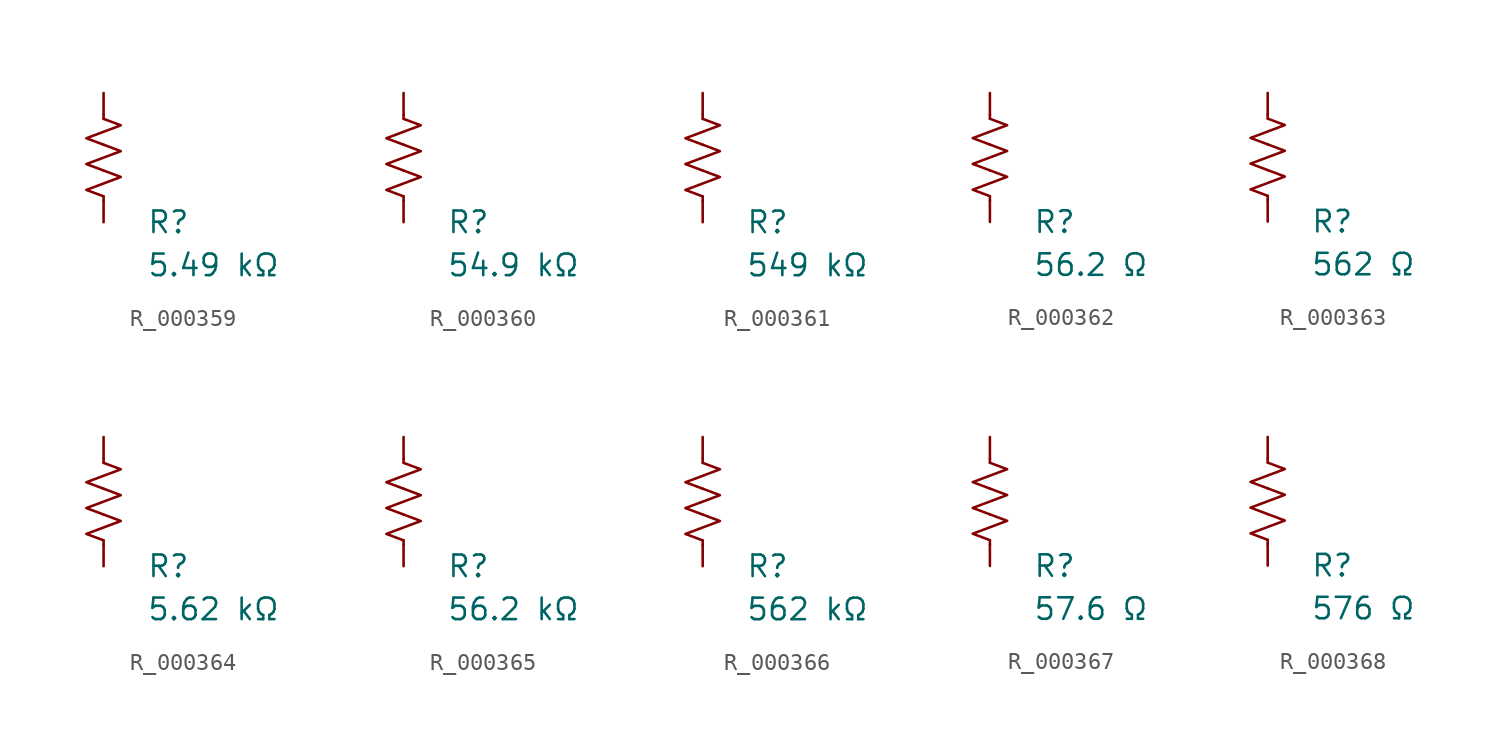
<source format=kicad_sym>
(kicad_symbol_lib
  (version 20231120)
  (generator "kicad_symbol_editor")
  (generator_version "8.0")
  (symbol "R_000359"
    (pin_numbers hide)
    (pin_names
      (offset 0))
    (property "Reference" "R"
      (at 2.54 -3.81 0)
      (effects (font (size 1.27 1.27)) (justify left))
      (show_name no))
    (property "Value" "5.49 kΩ"
      (at 2.54 -6.35 0)
      (effects (font (size 1.27 1.27)) (justify left))
      (show_name no))
    (symbol "R_000359_0_1"
      (polyline (pts (xy 0 -2.286) (xy 0 -2.54)) (stroke (width 0) (type default)) (fill (type none)))
      (polyline (pts (xy 0 2.286) (xy 0 2.54)) (stroke (width 0) (type default)) (fill (type none)))
      (polyline (pts (xy 0 -0.762) (xy 1.016 -1.143) (xy 0 -1.524) (xy -1.016 -1.905) (xy 0 -2.286)) (stroke (width 0) (type default)) (fill (type none)))
      (polyline (pts (xy 0 0.762) (xy 1.016 0.381) (xy 0 0) (xy -1.016 -0.381) (xy 0 -0.762)) (stroke (width 0) (type default)) (fill (type none)))
      (polyline (pts (xy 0 2.286) (xy 1.016 1.905) (xy 0 1.524) (xy -1.016 1.143) (xy 0 0.762)) (stroke (width 0) (type default)) (fill (type none))))
    (symbol "R_000359_1_1"
      (pin passive line (at 0 3.81 270) (length 1.27) (name "~" (effects (font (size 1.27 1.27)))) (number "1" (effects (font (size 1.27 1.27)))))
      (pin passive line (at 0 -3.81 90) (length 1.27) (name "~" (effects (font (size 1.27 1.27)))) (number "2" (effects (font (size 1.27 1.27)))))))
  (symbol "R_000360"
    (pin_numbers hide)
    (pin_names
      (offset 0))
    (property "Reference" "R"
      (at 2.54 -3.81 0)
      (effects (font (size 1.27 1.27)) (justify left))
      (show_name no))
    (property "Value" "54.9 kΩ"
      (at 2.54 -6.35 0)
      (effects (font (size 1.27 1.27)) (justify left))
      (show_name no))
    (symbol "R_000360_0_1"
      (polyline (pts (xy 0 -2.286) (xy 0 -2.54)) (stroke (width 0) (type default)) (fill (type none)))
      (polyline (pts (xy 0 2.286) (xy 0 2.54)) (stroke (width 0) (type default)) (fill (type none)))
      (polyline (pts (xy 0 -0.762) (xy 1.016 -1.143) (xy 0 -1.524) (xy -1.016 -1.905) (xy 0 -2.286)) (stroke (width 0) (type default)) (fill (type none)))
      (polyline (pts (xy 0 0.762) (xy 1.016 0.381) (xy 0 0) (xy -1.016 -0.381) (xy 0 -0.762)) (stroke (width 0) (type default)) (fill (type none)))
      (polyline (pts (xy 0 2.286) (xy 1.016 1.905) (xy 0 1.524) (xy -1.016 1.143) (xy 0 0.762)) (stroke (width 0) (type default)) (fill (type none))))
    (symbol "R_000360_1_1"
      (pin passive line (at 0 3.81 270) (length 1.27) (name "~" (effects (font (size 1.27 1.27)))) (number "1" (effects (font (size 1.27 1.27)))))
      (pin passive line (at 0 -3.81 90) (length 1.27) (name "~" (effects (font (size 1.27 1.27)))) (number "2" (effects (font (size 1.27 1.27)))))))
  (symbol "R_000361"
    (pin_numbers hide)
    (pin_names
      (offset 0))
    (property "Reference" "R"
      (at 2.54 -3.81 0)
      (effects (font (size 1.27 1.27)) (justify left))
      (show_name no))
    (property "Value" "549 kΩ"
      (at 2.54 -6.35 0)
      (effects (font (size 1.27 1.27)) (justify left))
      (show_name no))
    (symbol "R_000361_0_1"
      (polyline (pts (xy 0 -2.286) (xy 0 -2.54)) (stroke (width 0) (type default)) (fill (type none)))
      (polyline (pts (xy 0 2.286) (xy 0 2.54)) (stroke (width 0) (type default)) (fill (type none)))
      (polyline (pts (xy 0 -0.762) (xy 1.016 -1.143) (xy 0 -1.524) (xy -1.016 -1.905) (xy 0 -2.286)) (stroke (width 0) (type default)) (fill (type none)))
      (polyline (pts (xy 0 0.762) (xy 1.016 0.381) (xy 0 0) (xy -1.016 -0.381) (xy 0 -0.762)) (stroke (width 0) (type default)) (fill (type none)))
      (polyline (pts (xy 0 2.286) (xy 1.016 1.905) (xy 0 1.524) (xy -1.016 1.143) (xy 0 0.762)) (stroke (width 0) (type default)) (fill (type none))))
    (symbol "R_000361_1_1"
      (pin passive line (at 0 3.81 270) (length 1.27) (name "~" (effects (font (size 1.27 1.27)))) (number "1" (effects (font (size 1.27 1.27)))))
      (pin passive line (at 0 -3.81 90) (length 1.27) (name "~" (effects (font (size 1.27 1.27)))) (number "2" (effects (font (size 1.27 1.27)))))))
  (symbol "R_000362"
    (pin_numbers hide)
    (pin_names
      (offset 0))
    (property "Reference" "R"
      (at 2.54 -3.81 0)
      (effects (font (size 1.27 1.27)) (justify left))
      (show_name no))
    (property "Value" "56.2 Ω"
      (at 2.54 -6.35 0)
      (effects (font (size 1.27 1.27)) (justify left))
      (show_name no))
    (symbol "R_000362_0_1"
      (polyline (pts (xy 0 -2.286) (xy 0 -2.54)) (stroke (width 0) (type default)) (fill (type none)))
      (polyline (pts (xy 0 2.286) (xy 0 2.54)) (stroke (width 0) (type default)) (fill (type none)))
      (polyline (pts (xy 0 -0.762) (xy 1.016 -1.143) (xy 0 -1.524) (xy -1.016 -1.905) (xy 0 -2.286)) (stroke (width 0) (type default)) (fill (type none)))
      (polyline (pts (xy 0 0.762) (xy 1.016 0.381) (xy 0 0) (xy -1.016 -0.381) (xy 0 -0.762)) (stroke (width 0) (type default)) (fill (type none)))
      (polyline (pts (xy 0 2.286) (xy 1.016 1.905) (xy 0 1.524) (xy -1.016 1.143) (xy 0 0.762)) (stroke (width 0) (type default)) (fill (type none))))
    (symbol "R_000362_1_1"
      (pin passive line (at 0 3.81 270) (length 1.27) (name "~" (effects (font (size 1.27 1.27)))) (number "1" (effects (font (size 1.27 1.27)))))
      (pin passive line (at 0 -3.81 90) (length 1.27) (name "~" (effects (font (size 1.27 1.27)))) (number "2" (effects (font (size 1.27 1.27)))))))
  (symbol "R_000363"
    (pin_numbers hide)
    (pin_names
      (offset 0))
    (property "Reference" "R"
      (at 2.54 -3.81 0)
      (effects (font (size 1.27 1.27)) (justify left))
      (show_name no))
    (property "Value" "562 Ω"
      (at 2.54 -6.35 0)
      (effects (font (size 1.27 1.27)) (justify left))
      (show_name no))
    (symbol "R_000363_0_1"
      (polyline (pts (xy 0 -2.286) (xy 0 -2.54)) (stroke (width 0) (type default)) (fill (type none)))
      (polyline (pts (xy 0 2.286) (xy 0 2.54)) (stroke (width 0) (type default)) (fill (type none)))
      (polyline (pts (xy 0 -0.762) (xy 1.016 -1.143) (xy 0 -1.524) (xy -1.016 -1.905) (xy 0 -2.286)) (stroke (width 0) (type default)) (fill (type none)))
      (polyline (pts (xy 0 0.762) (xy 1.016 0.381) (xy 0 0) (xy -1.016 -0.381) (xy 0 -0.762)) (stroke (width 0) (type default)) (fill (type none)))
      (polyline (pts (xy 0 2.286) (xy 1.016 1.905) (xy 0 1.524) (xy -1.016 1.143) (xy 0 0.762)) (stroke (width 0) (type default)) (fill (type none))))
    (symbol "R_000363_1_1"
      (pin passive line (at 0 3.81 270) (length 1.27) (name "~" (effects (font (size 1.27 1.27)))) (number "1" (effects (font (size 1.27 1.27)))))
      (pin passive line (at 0 -3.81 90) (length 1.27) (name "~" (effects (font (size 1.27 1.27)))) (number "2" (effects (font (size 1.27 1.27)))))))
  (symbol "R_000364"
    (pin_numbers hide)
    (pin_names
      (offset 0))
    (property "Reference" "R"
      (at 2.54 -3.81 0)
      (effects (font (size 1.27 1.27)) (justify left))
      (show_name no))
    (property "Value" "5.62 kΩ"
      (at 2.54 -6.35 0)
      (effects (font (size 1.27 1.27)) (justify left))
      (show_name no))
    (symbol "R_000364_0_1"
      (polyline (pts (xy 0 -2.286) (xy 0 -2.54)) (stroke (width 0) (type default)) (fill (type none)))
      (polyline (pts (xy 0 2.286) (xy 0 2.54)) (stroke (width 0) (type default)) (fill (type none)))
      (polyline (pts (xy 0 -0.762) (xy 1.016 -1.143) (xy 0 -1.524) (xy -1.016 -1.905) (xy 0 -2.286)) (stroke (width 0) (type default)) (fill (type none)))
      (polyline (pts (xy 0 0.762) (xy 1.016 0.381) (xy 0 0) (xy -1.016 -0.381) (xy 0 -0.762)) (stroke (width 0) (type default)) (fill (type none)))
      (polyline (pts (xy 0 2.286) (xy 1.016 1.905) (xy 0 1.524) (xy -1.016 1.143) (xy 0 0.762)) (stroke (width 0) (type default)) (fill (type none))))
    (symbol "R_000364_1_1"
      (pin passive line (at 0 3.81 270) (length 1.27) (name "~" (effects (font (size 1.27 1.27)))) (number "1" (effects (font (size 1.27 1.27)))))
      (pin passive line (at 0 -3.81 90) (length 1.27) (name "~" (effects (font (size 1.27 1.27)))) (number "2" (effects (font (size 1.27 1.27)))))))
  (symbol "R_000365"
    (pin_numbers hide)
    (pin_names
      (offset 0))
    (property "Reference" "R"
      (at 2.54 -3.81 0)
      (effects (font (size 1.27 1.27)) (justify left))
      (show_name no))
    (property "Value" "56.2 kΩ"
      (at 2.54 -6.35 0)
      (effects (font (size 1.27 1.27)) (justify left))
      (show_name no))
    (symbol "R_000365_0_1"
      (polyline (pts (xy 0 -2.286) (xy 0 -2.54)) (stroke (width 0) (type default)) (fill (type none)))
      (polyline (pts (xy 0 2.286) (xy 0 2.54)) (stroke (width 0) (type default)) (fill (type none)))
      (polyline (pts (xy 0 -0.762) (xy 1.016 -1.143) (xy 0 -1.524) (xy -1.016 -1.905) (xy 0 -2.286)) (stroke (width 0) (type default)) (fill (type none)))
      (polyline (pts (xy 0 0.762) (xy 1.016 0.381) (xy 0 0) (xy -1.016 -0.381) (xy 0 -0.762)) (stroke (width 0) (type default)) (fill (type none)))
      (polyline (pts (xy 0 2.286) (xy 1.016 1.905) (xy 0 1.524) (xy -1.016 1.143) (xy 0 0.762)) (stroke (width 0) (type default)) (fill (type none))))
    (symbol "R_000365_1_1"
      (pin passive line (at 0 3.81 270) (length 1.27) (name "~" (effects (font (size 1.27 1.27)))) (number "1" (effects (font (size 1.27 1.27)))))
      (pin passive line (at 0 -3.81 90) (length 1.27) (name "~" (effects (font (size 1.27 1.27)))) (number "2" (effects (font (size 1.27 1.27)))))))
  (symbol "R_000366"
    (pin_numbers hide)
    (pin_names
      (offset 0))
    (property "Reference" "R"
      (at 2.54 -3.81 0)
      (effects (font (size 1.27 1.27)) (justify left))
      (show_name no))
    (property "Value" "562 kΩ"
      (at 2.54 -6.35 0)
      (effects (font (size 1.27 1.27)) (justify left))
      (show_name no))
    (symbol "R_000366_0_1"
      (polyline (pts (xy 0 -2.286) (xy 0 -2.54)) (stroke (width 0) (type default)) (fill (type none)))
      (polyline (pts (xy 0 2.286) (xy 0 2.54)) (stroke (width 0) (type default)) (fill (type none)))
      (polyline (pts (xy 0 -0.762) (xy 1.016 -1.143) (xy 0 -1.524) (xy -1.016 -1.905) (xy 0 -2.286)) (stroke (width 0) (type default)) (fill (type none)))
      (polyline (pts (xy 0 0.762) (xy 1.016 0.381) (xy 0 0) (xy -1.016 -0.381) (xy 0 -0.762)) (stroke (width 0) (type default)) (fill (type none)))
      (polyline (pts (xy 0 2.286) (xy 1.016 1.905) (xy 0 1.524) (xy -1.016 1.143) (xy 0 0.762)) (stroke (width 0) (type default)) (fill (type none))))
    (symbol "R_000366_1_1"
      (pin passive line (at 0 3.81 270) (length 1.27) (name "~" (effects (font (size 1.27 1.27)))) (number "1" (effects (font (size 1.27 1.27)))))
      (pin passive line (at 0 -3.81 90) (length 1.27) (name "~" (effects (font (size 1.27 1.27)))) (number "2" (effects (font (size 1.27 1.27)))))))
  (symbol "R_000367"
    (pin_numbers hide)
    (pin_names
      (offset 0))
    (property "Reference" "R"
      (at 2.54 -3.81 0)
      (effects (font (size 1.27 1.27)) (justify left))
      (show_name no))
    (property "Value" "57.6 Ω"
      (at 2.54 -6.35 0)
      (effects (font (size 1.27 1.27)) (justify left))
      (show_name no))
    (symbol "R_000367_0_1"
      (polyline (pts (xy 0 -2.286) (xy 0 -2.54)) (stroke (width 0) (type default)) (fill (type none)))
      (polyline (pts (xy 0 2.286) (xy 0 2.54)) (stroke (width 0) (type default)) (fill (type none)))
      (polyline (pts (xy 0 -0.762) (xy 1.016 -1.143) (xy 0 -1.524) (xy -1.016 -1.905) (xy 0 -2.286)) (stroke (width 0) (type default)) (fill (type none)))
      (polyline (pts (xy 0 0.762) (xy 1.016 0.381) (xy 0 0) (xy -1.016 -0.381) (xy 0 -0.762)) (stroke (width 0) (type default)) (fill (type none)))
      (polyline (pts (xy 0 2.286) (xy 1.016 1.905) (xy 0 1.524) (xy -1.016 1.143) (xy 0 0.762)) (stroke (width 0) (type default)) (fill (type none))))
    (symbol "R_000367_1_1"
      (pin passive line (at 0 3.81 270) (length 1.27) (name "~" (effects (font (size 1.27 1.27)))) (number "1" (effects (font (size 1.27 1.27)))))
      (pin passive line (at 0 -3.81 90) (length 1.27) (name "~" (effects (font (size 1.27 1.27)))) (number "2" (effects (font (size 1.27 1.27)))))))
  (symbol "R_000368"
    (pin_numbers hide)
    (pin_names
      (offset 0))
    (property "Reference" "R"
      (at 2.54 -3.81 0)
      (effects (font (size 1.27 1.27)) (justify left))
      (show_name no))
    (property "Value" "576 Ω"
      (at 2.54 -6.35 0)
      (effects (font (size 1.27 1.27)) (justify left))
      (show_name no))
    (symbol "R_000368_0_1"
      (polyline (pts (xy 0 -2.286) (xy 0 -2.54)) (stroke (width 0) (type default)) (fill (type none)))
      (polyline (pts (xy 0 2.286) (xy 0 2.54)) (stroke (width 0) (type default)) (fill (type none)))
      (polyline (pts (xy 0 -0.762) (xy 1.016 -1.143) (xy 0 -1.524) (xy -1.016 -1.905) (xy 0 -2.286)) (stroke (width 0) (type default)) (fill (type none)))
      (polyline (pts (xy 0 0.762) (xy 1.016 0.381) (xy 0 0) (xy -1.016 -0.381) (xy 0 -0.762)) (stroke (width 0) (type default)) (fill (type none)))
      (polyline (pts (xy 0 2.286) (xy 1.016 1.905) (xy 0 1.524) (xy -1.016 1.143) (xy 0 0.762)) (stroke (width 0) (type default)) (fill (type none))))
    (symbol "R_000368_1_1"
      (pin passive line (at 0 3.81 270) (length 1.27) (name "~" (effects (font (size 1.27 1.27)))) (number "1" (effects (font (size 1.27 1.27)))))
      (pin passive line (at 0 -3.81 90) (length 1.27) (name "~" (effects (font (size 1.27 1.27)))) (number "2" (effects (font (size 1.27 1.27))))))))
</source>
